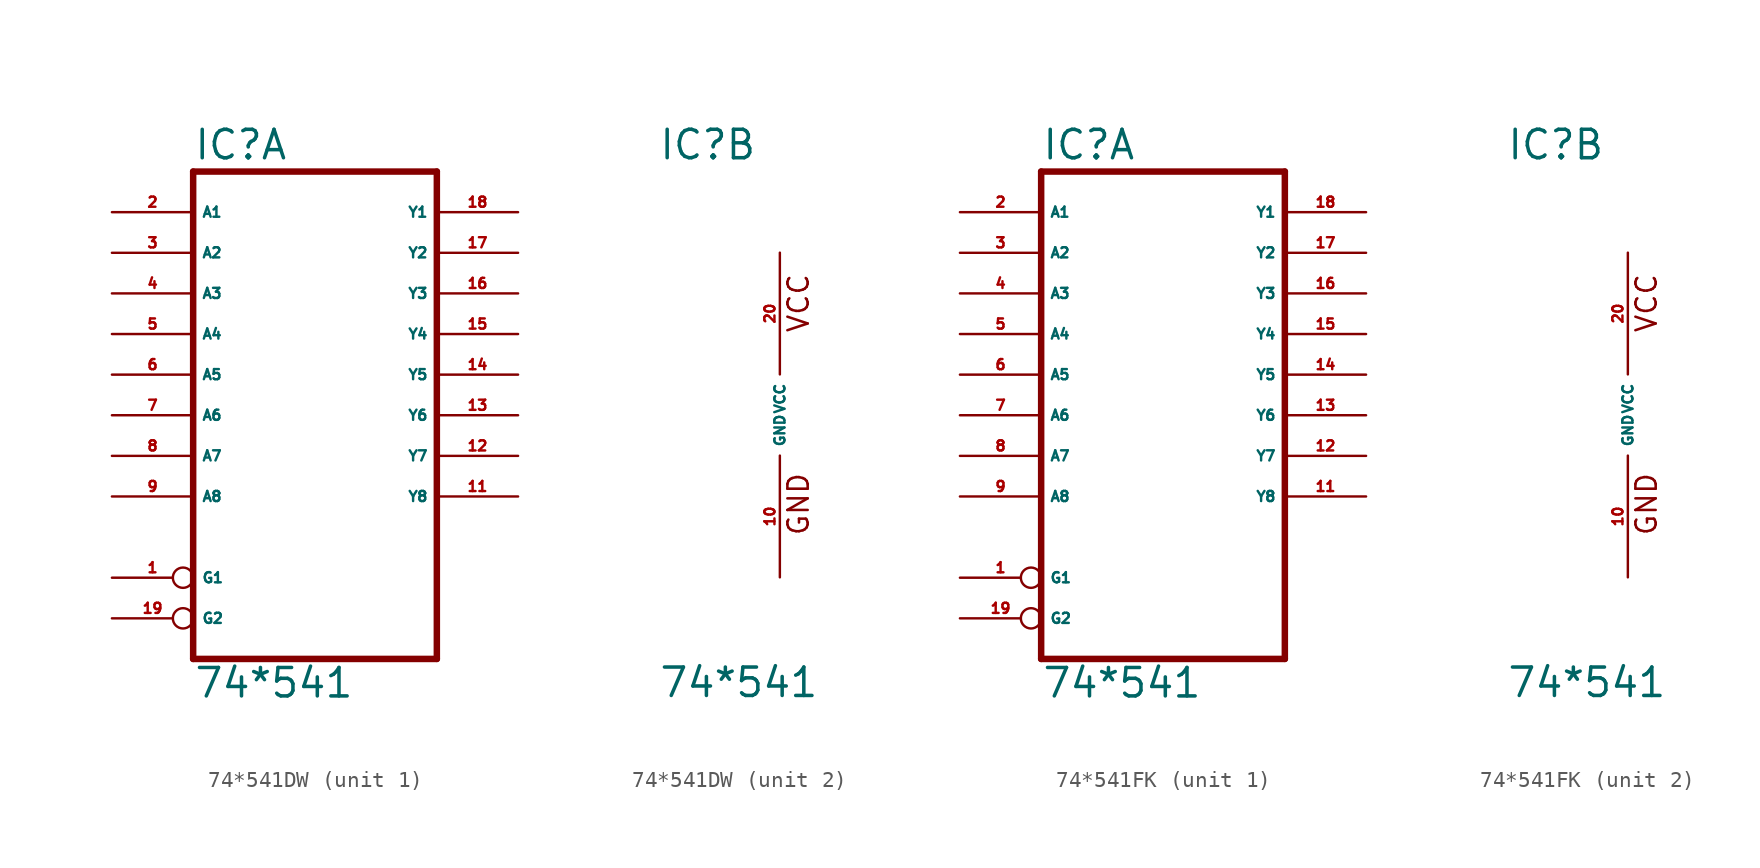
<source format=kicad_sym>
(kicad_symbol_lib
  (version 20220914)
  (generator Eagle2Kicad)
  (symbol "74*541DW"
    (property "Reference" "IC"
      (at -7.62 15.875 0)
      (effects (font (size 1.778 1.778) (thickness 0.22)) (justify left bottom)))
    (property "Value" "74*541"
      (at -7.62 -17.78 0)
      (effects (font (size 1.778 1.778) (thickness 0.22)) (justify left bottom)))
    (symbol "74*541DW_1_0"
      (polyline (pts (xy -7.62 -15.24) (xy 7.62 -15.24)) (stroke (width 0.406) (type default)) (fill (type none)))
      (polyline (pts (xy 7.62 -15.24) (xy 7.62 15.24)) (stroke (width 0.406) (type default)) (fill (type none)))
      (polyline (pts (xy 7.62 15.24) (xy -7.62 15.24)) (stroke (width 0.406) (type default)) (fill (type none)))
      (polyline (pts (xy -7.62 15.24) (xy -7.62 -15.24)) (stroke (width 0.406) (type default)) (fill (type none)))
      (pin input inverted (at -12.7 -10.16 0) (length 5.08) (name "G1" (effects (font (size 0.635 0.635) (thickness 0.08)) (justify left bottom))) (number "1" (effects (font (size 0.635 0.635) (thickness 0.08)) (justify left bottom))))
      (pin input line (at -12.7 12.7 0) (length 5.08) (name "A1" (effects (font (size 0.635 0.635) (thickness 0.08)) (justify left bottom))) (number "2" (effects (font (size 0.635 0.635) (thickness 0.08)) (justify left bottom))))
      (pin input line (at -12.7 10.16 0) (length 5.08) (name "A2" (effects (font (size 0.635 0.635) (thickness 0.08)) (justify left bottom))) (number "3" (effects (font (size 0.635 0.635) (thickness 0.08)) (justify left bottom))))
      (pin input line (at -12.7 7.62 0) (length 5.08) (name "A3" (effects (font (size 0.635 0.635) (thickness 0.08)) (justify left bottom))) (number "4" (effects (font (size 0.635 0.635) (thickness 0.08)) (justify left bottom))))
      (pin input line (at -12.7 5.08 0) (length 5.08) (name "A4" (effects (font (size 0.635 0.635) (thickness 0.08)) (justify left bottom))) (number "5" (effects (font (size 0.635 0.635) (thickness 0.08)) (justify left bottom))))
      (pin input line (at -12.7 2.54 0) (length 5.08) (name "A5" (effects (font (size 0.635 0.635) (thickness 0.08)) (justify left bottom))) (number "6" (effects (font (size 0.635 0.635) (thickness 0.08)) (justify left bottom))))
      (pin input line (at -12.7 0 0) (length 5.08) (name "A6" (effects (font (size 0.635 0.635) (thickness 0.08)) (justify left bottom))) (number "7" (effects (font (size 0.635 0.635) (thickness 0.08)) (justify left bottom))))
      (pin input line (at -12.7 -2.54 0) (length 5.08) (name "A7" (effects (font (size 0.635 0.635) (thickness 0.08)) (justify left bottom))) (number "8" (effects (font (size 0.635 0.635) (thickness 0.08)) (justify left bottom))))
      (pin input line (at -12.7 -5.08 0) (length 5.08) (name "A8" (effects (font (size 0.635 0.635) (thickness 0.08)) (justify left bottom))) (number "9" (effects (font (size 0.635 0.635) (thickness 0.08)) (justify left bottom))))
      (pin tri_state line (at 12.7 -5.08 180) (length 5.08) (name "Y8" (effects (font (size 0.635 0.635) (thickness 0.08)) (justify left bottom))) (number "11" (effects (font (size 0.635 0.635) (thickness 0.08)) (justify left bottom))))
      (pin tri_state line (at 12.7 -2.54 180) (length 5.08) (name "Y7" (effects (font (size 0.635 0.635) (thickness 0.08)) (justify left bottom))) (number "12" (effects (font (size 0.635 0.635) (thickness 0.08)) (justify left bottom))))
      (pin tri_state line (at 12.7 0 180) (length 5.08) (name "Y6" (effects (font (size 0.635 0.635) (thickness 0.08)) (justify left bottom))) (number "13" (effects (font (size 0.635 0.635) (thickness 0.08)) (justify left bottom))))
      (pin tri_state line (at 12.7 2.54 180) (length 5.08) (name "Y5" (effects (font (size 0.635 0.635) (thickness 0.08)) (justify left bottom))) (number "14" (effects (font (size 0.635 0.635) (thickness 0.08)) (justify left bottom))))
      (pin tri_state line (at 12.7 5.08 180) (length 5.08) (name "Y4" (effects (font (size 0.635 0.635) (thickness 0.08)) (justify left bottom))) (number "15" (effects (font (size 0.635 0.635) (thickness 0.08)) (justify left bottom))))
      (pin tri_state line (at 12.7 7.62 180) (length 5.08) (name "Y3" (effects (font (size 0.635 0.635) (thickness 0.08)) (justify left bottom))) (number "16" (effects (font (size 0.635 0.635) (thickness 0.08)) (justify left bottom))))
      (pin tri_state line (at 12.7 10.16 180) (length 5.08) (name "Y2" (effects (font (size 0.635 0.635) (thickness 0.08)) (justify left bottom))) (number "17" (effects (font (size 0.635 0.635) (thickness 0.08)) (justify left bottom))))
      (pin tri_state line (at 12.7 12.7 180) (length 5.08) (name "Y1" (effects (font (size 0.635 0.635) (thickness 0.08)) (justify left bottom))) (number "18" (effects (font (size 0.635 0.635) (thickness 0.08)) (justify left bottom))))
      (pin input inverted (at -12.7 -12.7 0) (length 5.08) (name "G2" (effects (font (size 0.635 0.635) (thickness 0.08)) (justify left bottom))) (number "19" (effects (font (size 0.635 0.635) (thickness 0.08)) (justify left bottom)))))
    (symbol "74*541DW_2_0"
      (text "GND" (at 1.905 -7.62 900) (effects (font (size 1.27 1.27) (thickness 0.16)) (justify left bottom)))
      (text "VCC" (at 1.905 5.08 900) (effects (font (size 1.27 1.27) (thickness 0.16)) (justify left bottom)))
      (pin unspecified line (at 0 -10.16 90) (length 7.62) (name "GND" (effects (font (size 0.635 0.635) (thickness 0.08)) (justify left bottom))) (number "10" (effects (font (size 0.635 0.635) (thickness 0.08)) (justify left bottom))))
      (pin unspecified line (at 0 10.16 270) (length 7.62) (name "VCC" (effects (font (size 0.635 0.635) (thickness 0.08)) (justify left bottom))) (number "20" (effects (font (size 0.635 0.635) (thickness 0.08)) (justify left bottom))))))
  (symbol "74*541FK"
    (property "Reference" "IC"
      (at -7.62 15.875 0)
      (effects (font (size 1.778 1.778) (thickness 0.22)) (justify left bottom)))
    (property "Value" "74*541"
      (at -7.62 -17.78 0)
      (effects (font (size 1.778 1.778) (thickness 0.22)) (justify left bottom)))
    (symbol "74*541FK_1_0"
      (polyline (pts (xy -7.62 -15.24) (xy 7.62 -15.24)) (stroke (width 0.406) (type default)) (fill (type none)))
      (polyline (pts (xy 7.62 -15.24) (xy 7.62 15.24)) (stroke (width 0.406) (type default)) (fill (type none)))
      (polyline (pts (xy 7.62 15.24) (xy -7.62 15.24)) (stroke (width 0.406) (type default)) (fill (type none)))
      (polyline (pts (xy -7.62 15.24) (xy -7.62 -15.24)) (stroke (width 0.406) (type default)) (fill (type none)))
      (pin input inverted (at -12.7 -10.16 0) (length 5.08) (name "G1" (effects (font (size 0.635 0.635) (thickness 0.08)) (justify left bottom))) (number "1" (effects (font (size 0.635 0.635) (thickness 0.08)) (justify left bottom))))
      (pin input line (at -12.7 12.7 0) (length 5.08) (name "A1" (effects (font (size 0.635 0.635) (thickness 0.08)) (justify left bottom))) (number "2" (effects (font (size 0.635 0.635) (thickness 0.08)) (justify left bottom))))
      (pin input line (at -12.7 10.16 0) (length 5.08) (name "A2" (effects (font (size 0.635 0.635) (thickness 0.08)) (justify left bottom))) (number "3" (effects (font (size 0.635 0.635) (thickness 0.08)) (justify left bottom))))
      (pin input line (at -12.7 7.62 0) (length 5.08) (name "A3" (effects (font (size 0.635 0.635) (thickness 0.08)) (justify left bottom))) (number "4" (effects (font (size 0.635 0.635) (thickness 0.08)) (justify left bottom))))
      (pin input line (at -12.7 5.08 0) (length 5.08) (name "A4" (effects (font (size 0.635 0.635) (thickness 0.08)) (justify left bottom))) (number "5" (effects (font (size 0.635 0.635) (thickness 0.08)) (justify left bottom))))
      (pin input line (at -12.7 2.54 0) (length 5.08) (name "A5" (effects (font (size 0.635 0.635) (thickness 0.08)) (justify left bottom))) (number "6" (effects (font (size 0.635 0.635) (thickness 0.08)) (justify left bottom))))
      (pin input line (at -12.7 0 0) (length 5.08) (name "A6" (effects (font (size 0.635 0.635) (thickness 0.08)) (justify left bottom))) (number "7" (effects (font (size 0.635 0.635) (thickness 0.08)) (justify left bottom))))
      (pin input line (at -12.7 -2.54 0) (length 5.08) (name "A7" (effects (font (size 0.635 0.635) (thickness 0.08)) (justify left bottom))) (number "8" (effects (font (size 0.635 0.635) (thickness 0.08)) (justify left bottom))))
      (pin input line (at -12.7 -5.08 0) (length 5.08) (name "A8" (effects (font (size 0.635 0.635) (thickness 0.08)) (justify left bottom))) (number "9" (effects (font (size 0.635 0.635) (thickness 0.08)) (justify left bottom))))
      (pin tri_state line (at 12.7 -5.08 180) (length 5.08) (name "Y8" (effects (font (size 0.635 0.635) (thickness 0.08)) (justify left bottom))) (number "11" (effects (font (size 0.635 0.635) (thickness 0.08)) (justify left bottom))))
      (pin tri_state line (at 12.7 -2.54 180) (length 5.08) (name "Y7" (effects (font (size 0.635 0.635) (thickness 0.08)) (justify left bottom))) (number "12" (effects (font (size 0.635 0.635) (thickness 0.08)) (justify left bottom))))
      (pin tri_state line (at 12.7 0 180) (length 5.08) (name "Y6" (effects (font (size 0.635 0.635) (thickness 0.08)) (justify left bottom))) (number "13" (effects (font (size 0.635 0.635) (thickness 0.08)) (justify left bottom))))
      (pin tri_state line (at 12.7 2.54 180) (length 5.08) (name "Y5" (effects (font (size 0.635 0.635) (thickness 0.08)) (justify left bottom))) (number "14" (effects (font (size 0.635 0.635) (thickness 0.08)) (justify left bottom))))
      (pin tri_state line (at 12.7 5.08 180) (length 5.08) (name "Y4" (effects (font (size 0.635 0.635) (thickness 0.08)) (justify left bottom))) (number "15" (effects (font (size 0.635 0.635) (thickness 0.08)) (justify left bottom))))
      (pin tri_state line (at 12.7 7.62 180) (length 5.08) (name "Y3" (effects (font (size 0.635 0.635) (thickness 0.08)) (justify left bottom))) (number "16" (effects (font (size 0.635 0.635) (thickness 0.08)) (justify left bottom))))
      (pin tri_state line (at 12.7 10.16 180) (length 5.08) (name "Y2" (effects (font (size 0.635 0.635) (thickness 0.08)) (justify left bottom))) (number "17" (effects (font (size 0.635 0.635) (thickness 0.08)) (justify left bottom))))
      (pin tri_state line (at 12.7 12.7 180) (length 5.08) (name "Y1" (effects (font (size 0.635 0.635) (thickness 0.08)) (justify left bottom))) (number "18" (effects (font (size 0.635 0.635) (thickness 0.08)) (justify left bottom))))
      (pin input inverted (at -12.7 -12.7 0) (length 5.08) (name "G2" (effects (font (size 0.635 0.635) (thickness 0.08)) (justify left bottom))) (number "19" (effects (font (size 0.635 0.635) (thickness 0.08)) (justify left bottom)))))
    (symbol "74*541FK_2_0"
      (text "GND" (at 1.905 -7.62 900) (effects (font (size 1.27 1.27) (thickness 0.16)) (justify left bottom)))
      (text "VCC" (at 1.905 5.08 900) (effects (font (size 1.27 1.27) (thickness 0.16)) (justify left bottom)))
      (pin unspecified line (at 0 -10.16 90) (length 7.62) (name "GND" (effects (font (size 0.635 0.635) (thickness 0.08)) (justify left bottom))) (number "10" (effects (font (size 0.635 0.635) (thickness 0.08)) (justify left bottom))))
      (pin unspecified line (at 0 10.16 270) (length 7.62) (name "VCC" (effects (font (size 0.635 0.635) (thickness 0.08)) (justify left bottom))) (number "20" (effects (font (size 0.635 0.635) (thickness 0.08)) (justify left bottom)))))))
</source>
